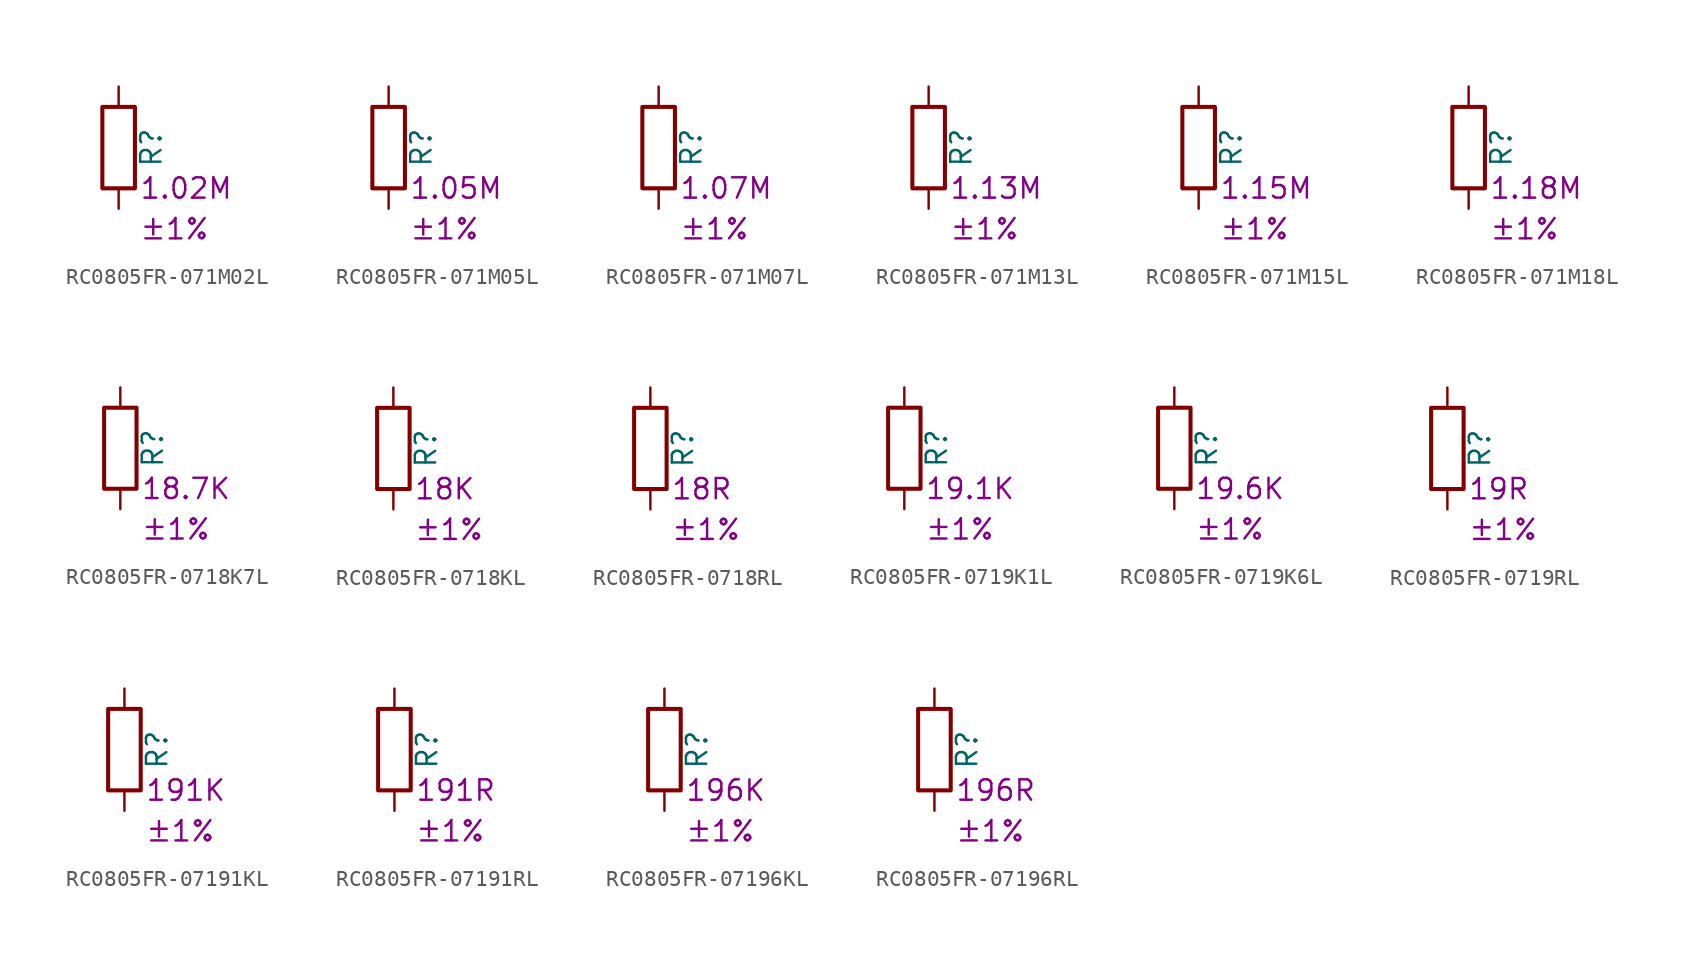
<source format=kicad_sym>
(kicad_symbol_lib
  (version 20220914)
  (generator kicad_symbol_editor)
  (symbol "RC0805FR-071M02L"
    (pin_numbers hide)
    (pin_names
      (offset 0))
    (property "Reference" "R"
      (at 2.032 0 90)
      (effects (font (size 1.27 1.27))))
    (property "Resistance" "1.02M"
      (at 1.27 -2.54 0)
      (effects (font (size 1.27 1.27)) (justify left)))
    (property "Tolerance" "±1%"
      (at 1.27 -5.08 0)
      (effects (font (size 1.27 1.27)) (justify left)))
    (symbol "RC0805FR-071M02L_0_1"
      (rectangle (start -1.016 -2.54) (end 1.016 2.54) (stroke (width 0.254) (type default)) (fill (type none))))
    (symbol "RC0805FR-071M02L_1_1"
      (pin passive line (at 0 3.81 270) (length 1.27) (name "~" (effects (font (size 1.27 1.27)))) (number "1" (effects (font (size 1.27 1.27)))))
      (pin passive line (at 0 -3.81 90) (length 1.27) (name "~" (effects (font (size 1.27 1.27)))) (number "2" (effects (font (size 1.27 1.27)))))))
  (symbol "RC0805FR-071M05L"
    (pin_numbers hide)
    (pin_names
      (offset 0))
    (property "Reference" "R"
      (at 2.032 0 90)
      (effects (font (size 1.27 1.27))))
    (property "Resistance" "1.05M"
      (at 1.27 -2.54 0)
      (effects (font (size 1.27 1.27)) (justify left)))
    (property "Tolerance" "±1%"
      (at 1.27 -5.08 0)
      (effects (font (size 1.27 1.27)) (justify left)))
    (symbol "RC0805FR-071M05L_0_1"
      (rectangle (start -1.016 -2.54) (end 1.016 2.54) (stroke (width 0.254) (type default)) (fill (type none))))
    (symbol "RC0805FR-071M05L_1_1"
      (pin passive line (at 0 3.81 270) (length 1.27) (name "~" (effects (font (size 1.27 1.27)))) (number "1" (effects (font (size 1.27 1.27)))))
      (pin passive line (at 0 -3.81 90) (length 1.27) (name "~" (effects (font (size 1.27 1.27)))) (number "2" (effects (font (size 1.27 1.27)))))))
  (symbol "RC0805FR-071M07L"
    (pin_numbers hide)
    (pin_names
      (offset 0))
    (property "Reference" "R"
      (at 2.032 0 90)
      (effects (font (size 1.27 1.27))))
    (property "Resistance" "1.07M"
      (at 1.27 -2.54 0)
      (effects (font (size 1.27 1.27)) (justify left)))
    (property "Tolerance" "±1%"
      (at 1.27 -5.08 0)
      (effects (font (size 1.27 1.27)) (justify left)))
    (symbol "RC0805FR-071M07L_0_1"
      (rectangle (start -1.016 -2.54) (end 1.016 2.54) (stroke (width 0.254) (type default)) (fill (type none))))
    (symbol "RC0805FR-071M07L_1_1"
      (pin passive line (at 0 3.81 270) (length 1.27) (name "~" (effects (font (size 1.27 1.27)))) (number "1" (effects (font (size 1.27 1.27)))))
      (pin passive line (at 0 -3.81 90) (length 1.27) (name "~" (effects (font (size 1.27 1.27)))) (number "2" (effects (font (size 1.27 1.27)))))))
  (symbol "RC0805FR-071M13L"
    (pin_numbers hide)
    (pin_names
      (offset 0))
    (property "Reference" "R"
      (at 2.032 0 90)
      (effects (font (size 1.27 1.27))))
    (property "Resistance" "1.13M"
      (at 1.27 -2.54 0)
      (effects (font (size 1.27 1.27)) (justify left)))
    (property "Tolerance" "±1%"
      (at 1.27 -5.08 0)
      (effects (font (size 1.27 1.27)) (justify left)))
    (symbol "RC0805FR-071M13L_0_1"
      (rectangle (start -1.016 -2.54) (end 1.016 2.54) (stroke (width 0.254) (type default)) (fill (type none))))
    (symbol "RC0805FR-071M13L_1_1"
      (pin passive line (at 0 3.81 270) (length 1.27) (name "~" (effects (font (size 1.27 1.27)))) (number "1" (effects (font (size 1.27 1.27)))))
      (pin passive line (at 0 -3.81 90) (length 1.27) (name "~" (effects (font (size 1.27 1.27)))) (number "2" (effects (font (size 1.27 1.27)))))))
  (symbol "RC0805FR-071M15L"
    (pin_numbers hide)
    (pin_names
      (offset 0))
    (property "Reference" "R"
      (at 2.032 0 90)
      (effects (font (size 1.27 1.27))))
    (property "Resistance" "1.15M"
      (at 1.27 -2.54 0)
      (effects (font (size 1.27 1.27)) (justify left)))
    (property "Tolerance" "±1%"
      (at 1.27 -5.08 0)
      (effects (font (size 1.27 1.27)) (justify left)))
    (symbol "RC0805FR-071M15L_0_1"
      (rectangle (start -1.016 -2.54) (end 1.016 2.54) (stroke (width 0.254) (type default)) (fill (type none))))
    (symbol "RC0805FR-071M15L_1_1"
      (pin passive line (at 0 3.81 270) (length 1.27) (name "~" (effects (font (size 1.27 1.27)))) (number "1" (effects (font (size 1.27 1.27)))))
      (pin passive line (at 0 -3.81 90) (length 1.27) (name "~" (effects (font (size 1.27 1.27)))) (number "2" (effects (font (size 1.27 1.27)))))))
  (symbol "RC0805FR-071M18L"
    (pin_numbers hide)
    (pin_names
      (offset 0))
    (property "Reference" "R"
      (at 2.032 0 90)
      (effects (font (size 1.27 1.27))))
    (property "Resistance" "1.18M"
      (at 1.27 -2.54 0)
      (effects (font (size 1.27 1.27)) (justify left)))
    (property "Tolerance" "±1%"
      (at 1.27 -5.08 0)
      (effects (font (size 1.27 1.27)) (justify left)))
    (symbol "RC0805FR-071M18L_0_1"
      (rectangle (start -1.016 -2.54) (end 1.016 2.54) (stroke (width 0.254) (type default)) (fill (type none))))
    (symbol "RC0805FR-071M18L_1_1"
      (pin passive line (at 0 3.81 270) (length 1.27) (name "~" (effects (font (size 1.27 1.27)))) (number "1" (effects (font (size 1.27 1.27)))))
      (pin passive line (at 0 -3.81 90) (length 1.27) (name "~" (effects (font (size 1.27 1.27)))) (number "2" (effects (font (size 1.27 1.27)))))))
  (symbol "RC0805FR-0718K7L"
    (pin_numbers hide)
    (pin_names
      (offset 0))
    (property "Reference" "R"
      (at 2.032 0 90)
      (effects (font (size 1.27 1.27))))
    (property "Resistance" "18.7K"
      (at 1.27 -2.54 0)
      (effects (font (size 1.27 1.27)) (justify left)))
    (property "Tolerance" "±1%"
      (at 1.27 -5.08 0)
      (effects (font (size 1.27 1.27)) (justify left)))
    (symbol "RC0805FR-0718K7L_0_1"
      (rectangle (start -1.016 -2.54) (end 1.016 2.54) (stroke (width 0.254) (type default)) (fill (type none))))
    (symbol "RC0805FR-0718K7L_1_1"
      (pin passive line (at 0 3.81 270) (length 1.27) (name "~" (effects (font (size 1.27 1.27)))) (number "1" (effects (font (size 1.27 1.27)))))
      (pin passive line (at 0 -3.81 90) (length 1.27) (name "~" (effects (font (size 1.27 1.27)))) (number "2" (effects (font (size 1.27 1.27)))))))
  (symbol "RC0805FR-0718KL"
    (pin_numbers hide)
    (pin_names
      (offset 0))
    (property "Reference" "R"
      (at 2.032 0 90)
      (effects (font (size 1.27 1.27))))
    (property "Resistance" "18K"
      (at 1.27 -2.54 0)
      (effects (font (size 1.27 1.27)) (justify left)))
    (property "Tolerance" "±1%"
      (at 1.27 -5.08 0)
      (effects (font (size 1.27 1.27)) (justify left)))
    (symbol "RC0805FR-0718KL_0_1"
      (rectangle (start -1.016 -2.54) (end 1.016 2.54) (stroke (width 0.254) (type default)) (fill (type none))))
    (symbol "RC0805FR-0718KL_1_1"
      (pin passive line (at 0 3.81 270) (length 1.27) (name "~" (effects (font (size 1.27 1.27)))) (number "1" (effects (font (size 1.27 1.27)))))
      (pin passive line (at 0 -3.81 90) (length 1.27) (name "~" (effects (font (size 1.27 1.27)))) (number "2" (effects (font (size 1.27 1.27)))))))
  (symbol "RC0805FR-0718RL"
    (pin_numbers hide)
    (pin_names
      (offset 0))
    (property "Reference" "R"
      (at 2.032 0 90)
      (effects (font (size 1.27 1.27))))
    (property "Resistance" "18R"
      (at 1.27 -2.54 0)
      (effects (font (size 1.27 1.27)) (justify left)))
    (property "Tolerance" "±1%"
      (at 1.27 -5.08 0)
      (effects (font (size 1.27 1.27)) (justify left)))
    (symbol "RC0805FR-0718RL_0_1"
      (rectangle (start -1.016 -2.54) (end 1.016 2.54) (stroke (width 0.254) (type default)) (fill (type none))))
    (symbol "RC0805FR-0718RL_1_1"
      (pin passive line (at 0 3.81 270) (length 1.27) (name "~" (effects (font (size 1.27 1.27)))) (number "1" (effects (font (size 1.27 1.27)))))
      (pin passive line (at 0 -3.81 90) (length 1.27) (name "~" (effects (font (size 1.27 1.27)))) (number "2" (effects (font (size 1.27 1.27)))))))
  (symbol "RC0805FR-0719K1L"
    (pin_numbers hide)
    (pin_names
      (offset 0))
    (property "Reference" "R"
      (at 2.032 0 90)
      (effects (font (size 1.27 1.27))))
    (property "Resistance" "19.1K"
      (at 1.27 -2.54 0)
      (effects (font (size 1.27 1.27)) (justify left)))
    (property "Tolerance" "±1%"
      (at 1.27 -5.08 0)
      (effects (font (size 1.27 1.27)) (justify left)))
    (symbol "RC0805FR-0719K1L_0_1"
      (rectangle (start -1.016 -2.54) (end 1.016 2.54) (stroke (width 0.254) (type default)) (fill (type none))))
    (symbol "RC0805FR-0719K1L_1_1"
      (pin passive line (at 0 3.81 270) (length 1.27) (name "~" (effects (font (size 1.27 1.27)))) (number "1" (effects (font (size 1.27 1.27)))))
      (pin passive line (at 0 -3.81 90) (length 1.27) (name "~" (effects (font (size 1.27 1.27)))) (number "2" (effects (font (size 1.27 1.27)))))))
  (symbol "RC0805FR-0719K6L"
    (pin_numbers hide)
    (pin_names
      (offset 0))
    (property "Reference" "R"
      (at 2.032 0 90)
      (effects (font (size 1.27 1.27))))
    (property "Resistance" "19.6K"
      (at 1.27 -2.54 0)
      (effects (font (size 1.27 1.27)) (justify left)))
    (property "Tolerance" "±1%"
      (at 1.27 -5.08 0)
      (effects (font (size 1.27 1.27)) (justify left)))
    (symbol "RC0805FR-0719K6L_0_1"
      (rectangle (start -1.016 -2.54) (end 1.016 2.54) (stroke (width 0.254) (type default)) (fill (type none))))
    (symbol "RC0805FR-0719K6L_1_1"
      (pin passive line (at 0 3.81 270) (length 1.27) (name "~" (effects (font (size 1.27 1.27)))) (number "1" (effects (font (size 1.27 1.27)))))
      (pin passive line (at 0 -3.81 90) (length 1.27) (name "~" (effects (font (size 1.27 1.27)))) (number "2" (effects (font (size 1.27 1.27)))))))
  (symbol "RC0805FR-0719RL"
    (pin_numbers hide)
    (pin_names
      (offset 0))
    (property "Reference" "R"
      (at 2.032 0 90)
      (effects (font (size 1.27 1.27))))
    (property "Resistance" "19R"
      (at 1.27 -2.54 0)
      (effects (font (size 1.27 1.27)) (justify left)))
    (property "Tolerance" "±1%"
      (at 1.27 -5.08 0)
      (effects (font (size 1.27 1.27)) (justify left)))
    (symbol "RC0805FR-0719RL_0_1"
      (rectangle (start -1.016 -2.54) (end 1.016 2.54) (stroke (width 0.254) (type default)) (fill (type none))))
    (symbol "RC0805FR-0719RL_1_1"
      (pin passive line (at 0 3.81 270) (length 1.27) (name "~" (effects (font (size 1.27 1.27)))) (number "1" (effects (font (size 1.27 1.27)))))
      (pin passive line (at 0 -3.81 90) (length 1.27) (name "~" (effects (font (size 1.27 1.27)))) (number "2" (effects (font (size 1.27 1.27)))))))
  (symbol "RC0805FR-07191KL"
    (pin_numbers hide)
    (pin_names
      (offset 0))
    (property "Reference" "R"
      (at 2.032 0 90)
      (effects (font (size 1.27 1.27))))
    (property "Resistance" "191K"
      (at 1.27 -2.54 0)
      (effects (font (size 1.27 1.27)) (justify left)))
    (property "Tolerance" "±1%"
      (at 1.27 -5.08 0)
      (effects (font (size 1.27 1.27)) (justify left)))
    (symbol "RC0805FR-07191KL_0_1"
      (rectangle (start -1.016 -2.54) (end 1.016 2.54) (stroke (width 0.254) (type default)) (fill (type none))))
    (symbol "RC0805FR-07191KL_1_1"
      (pin passive line (at 0 3.81 270) (length 1.27) (name "~" (effects (font (size 1.27 1.27)))) (number "1" (effects (font (size 1.27 1.27)))))
      (pin passive line (at 0 -3.81 90) (length 1.27) (name "~" (effects (font (size 1.27 1.27)))) (number "2" (effects (font (size 1.27 1.27)))))))
  (symbol "RC0805FR-07191RL"
    (pin_numbers hide)
    (pin_names
      (offset 0))
    (property "Reference" "R"
      (at 2.032 0 90)
      (effects (font (size 1.27 1.27))))
    (property "Resistance" "191R"
      (at 1.27 -2.54 0)
      (effects (font (size 1.27 1.27)) (justify left)))
    (property "Tolerance" "±1%"
      (at 1.27 -5.08 0)
      (effects (font (size 1.27 1.27)) (justify left)))
    (symbol "RC0805FR-07191RL_0_1"
      (rectangle (start -1.016 -2.54) (end 1.016 2.54) (stroke (width 0.254) (type default)) (fill (type none))))
    (symbol "RC0805FR-07191RL_1_1"
      (pin passive line (at 0 3.81 270) (length 1.27) (name "~" (effects (font (size 1.27 1.27)))) (number "1" (effects (font (size 1.27 1.27)))))
      (pin passive line (at 0 -3.81 90) (length 1.27) (name "~" (effects (font (size 1.27 1.27)))) (number "2" (effects (font (size 1.27 1.27)))))))
  (symbol "RC0805FR-07196KL"
    (pin_numbers hide)
    (pin_names
      (offset 0))
    (property "Reference" "R"
      (at 2.032 0 90)
      (effects (font (size 1.27 1.27))))
    (property "Resistance" "196K"
      (at 1.27 -2.54 0)
      (effects (font (size 1.27 1.27)) (justify left)))
    (property "Tolerance" "±1%"
      (at 1.27 -5.08 0)
      (effects (font (size 1.27 1.27)) (justify left)))
    (symbol "RC0805FR-07196KL_0_1"
      (rectangle (start -1.016 -2.54) (end 1.016 2.54) (stroke (width 0.254) (type default)) (fill (type none))))
    (symbol "RC0805FR-07196KL_1_1"
      (pin passive line (at 0 3.81 270) (length 1.27) (name "~" (effects (font (size 1.27 1.27)))) (number "1" (effects (font (size 1.27 1.27)))))
      (pin passive line (at 0 -3.81 90) (length 1.27) (name "~" (effects (font (size 1.27 1.27)))) (number "2" (effects (font (size 1.27 1.27)))))))
  (symbol "RC0805FR-07196RL"
    (pin_numbers hide)
    (pin_names
      (offset 0))
    (property "Reference" "R"
      (at 2.032 0 90)
      (effects (font (size 1.27 1.27))))
    (property "Resistance" "196R"
      (at 1.27 -2.54 0)
      (effects (font (size 1.27 1.27)) (justify left)))
    (property "Tolerance" "±1%"
      (at 1.27 -5.08 0)
      (effects (font (size 1.27 1.27)) (justify left)))
    (symbol "RC0805FR-07196RL_0_1"
      (rectangle (start -1.016 -2.54) (end 1.016 2.54) (stroke (width 0.254) (type default)) (fill (type none))))
    (symbol "RC0805FR-07196RL_1_1"
      (pin passive line (at 0 3.81 270) (length 1.27) (name "~" (effects (font (size 1.27 1.27)))) (number "1" (effects (font (size 1.27 1.27)))))
      (pin passive line (at 0 -3.81 90) (length 1.27) (name "~" (effects (font (size 1.27 1.27)))) (number "2" (effects (font (size 1.27 1.27))))))))
</source>
